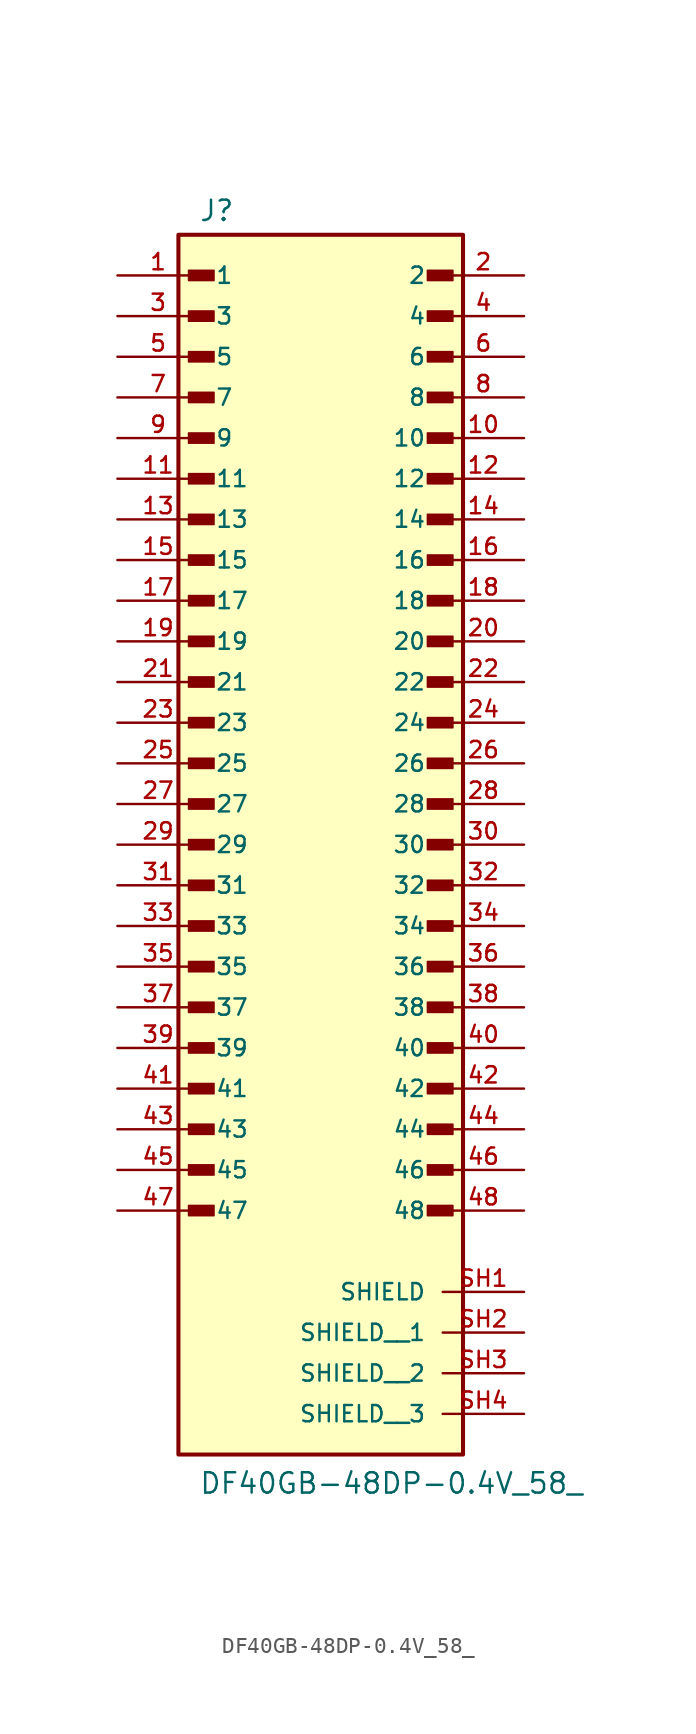
<source format=kicad_sym>
(kicad_symbol_lib
  (version 20211014)
  (generator kicad_symbol_editor)
  (symbol "DF40GB-48DP-0.4V_58_"
    (pin_names
      (offset 1.016))
    (property "Reference" "J"
      (at -7.62 36.322 0)
      (effects (font (size 1.27 1.27)) (justify bottom left)))
    (property "Value" "DF40GB-48DP-0.4V_58_"
      (at -7.62 -43.18 0)
      (effects (font (size 1.27 1.27)) (justify bottom left)))
    (symbol "DF40GB-48DP-0.4V_58__0_0"
      (rectangle (start -8.255 32.703) (end -6.668 33.337) (stroke (width 0.1)) (fill (type outline)))
      (rectangle (start -8.255 30.163) (end -6.668 30.797) (stroke (width 0.1)) (fill (type outline)))
      (rectangle (start -8.255 27.622) (end -6.668 28.258) (stroke (width 0.1)) (fill (type outline)))
      (rectangle (start -8.255 25.082) (end -6.668 25.718) (stroke (width 0.1)) (fill (type outline)))
      (rectangle (start -8.255 22.543) (end -6.668 23.177) (stroke (width 0.1)) (fill (type outline)))
      (rectangle (start -8.255 20.003) (end -6.668 20.637) (stroke (width 0.1)) (fill (type outline)))
      (rectangle (start -8.255 17.462) (end -6.668 18.098) (stroke (width 0.1)) (fill (type outline)))
      (rectangle (start -8.255 14.922) (end -6.668 15.557) (stroke (width 0.1)) (fill (type outline)))
      (rectangle (start 6.668 14.922) (end 8.255 15.557) (stroke (width 0.1)) (fill (type outline)))
      (rectangle (start 6.668 17.462) (end 8.255 18.098) (stroke (width 0.1)) (fill (type outline)))
      (rectangle (start 6.668 20.003) (end 8.255 20.637) (stroke (width 0.1)) (fill (type outline)))
      (rectangle (start 6.668 22.543) (end 8.255 23.177) (stroke (width 0.1)) (fill (type outline)))
      (rectangle (start 6.668 25.082) (end 8.255 25.718) (stroke (width 0.1)) (fill (type outline)))
      (rectangle (start 6.668 27.622) (end 8.255 28.258) (stroke (width 0.1)) (fill (type outline)))
      (rectangle (start 6.668 30.163) (end 8.255 30.797) (stroke (width 0.1)) (fill (type outline)))
      (rectangle (start 6.668 32.703) (end 8.255 33.337) (stroke (width 0.1)) (fill (type outline)))
      (rectangle (start -8.255 12.383) (end -6.668 13.018) (stroke (width 0.1)) (fill (type outline)))
      (rectangle (start -8.255 9.842) (end -6.668 10.477) (stroke (width 0.1)) (fill (type outline)))
      (rectangle (start -8.255 7.303) (end -6.668 7.938) (stroke (width 0.1)) (fill (type outline)))
      (rectangle (start -8.255 4.763) (end -6.668 5.397) (stroke (width 0.1)) (fill (type outline)))
      (rectangle (start -8.255 2.223) (end -6.668 2.857) (stroke (width 0.1)) (fill (type outline)))
      (rectangle (start -8.255 -0.318) (end -6.668 0.318) (stroke (width 0.1)) (fill (type outline)))
      (rectangle (start -8.255 -2.857) (end -6.668 -2.223) (stroke (width 0.1)) (fill (type outline)))
      (rectangle (start -8.255 -5.397) (end -6.668 -4.763) (stroke (width 0.1)) (fill (type outline)))
      (rectangle (start 6.668 -5.397) (end 8.255 -4.763) (stroke (width 0.1)) (fill (type outline)))
      (rectangle (start 6.668 -2.857) (end 8.255 -2.223) (stroke (width 0.1)) (fill (type outline)))
      (rectangle (start 6.668 -0.318) (end 8.255 0.318) (stroke (width 0.1)) (fill (type outline)))
      (rectangle (start 6.668 2.223) (end 8.255 2.857) (stroke (width 0.1)) (fill (type outline)))
      (rectangle (start 6.668 4.763) (end 8.255 5.397) (stroke (width 0.1)) (fill (type outline)))
      (rectangle (start 6.668 7.303) (end 8.255 7.938) (stroke (width 0.1)) (fill (type outline)))
      (rectangle (start 6.668 9.842) (end 8.255 10.477) (stroke (width 0.1)) (fill (type outline)))
      (rectangle (start 6.668 12.383) (end 8.255 13.018) (stroke (width 0.1)) (fill (type outline)))
      (rectangle (start -8.255 -7.938) (end -6.668 -7.303) (stroke (width 0.1)) (fill (type outline)))
      (rectangle (start -8.255 -10.477) (end -6.668 -9.842) (stroke (width 0.1)) (fill (type outline)))
      (rectangle (start -8.255 -13.018) (end -6.668 -12.383) (stroke (width 0.1)) (fill (type outline)))
      (rectangle (start -8.255 -15.557) (end -6.668 -14.922) (stroke (width 0.1)) (fill (type outline)))
      (rectangle (start -8.255 -18.098) (end -6.668 -17.462) (stroke (width 0.1)) (fill (type outline)))
      (rectangle (start -8.255 -20.637) (end -6.668 -20.003) (stroke (width 0.1)) (fill (type outline)))
      (rectangle (start -8.255 -23.177) (end -6.668 -22.543) (stroke (width 0.1)) (fill (type outline)))
      (rectangle (start -8.255 -25.718) (end -6.668 -25.082) (stroke (width 0.1)) (fill (type outline)))
      (rectangle (start 6.668 -25.718) (end 8.255 -25.082) (stroke (width 0.1)) (fill (type outline)))
      (rectangle (start 6.668 -23.177) (end 8.255 -22.543) (stroke (width 0.1)) (fill (type outline)))
      (rectangle (start 6.668 -20.637) (end 8.255 -20.003) (stroke (width 0.1)) (fill (type outline)))
      (rectangle (start 6.668 -18.098) (end 8.255 -17.462) (stroke (width 0.1)) (fill (type outline)))
      (rectangle (start 6.668 -15.557) (end 8.255 -14.922) (stroke (width 0.1)) (fill (type outline)))
      (rectangle (start 6.668 -13.018) (end 8.255 -12.383) (stroke (width 0.1)) (fill (type outline)))
      (rectangle (start 6.668 -10.477) (end 8.255 -9.842) (stroke (width 0.1)) (fill (type outline)))
      (rectangle (start 6.668 -7.938) (end 8.255 -7.303) (stroke (width 0.1)) (fill (type outline)))
      (rectangle (start -8.89 -40.64) (end 8.89 35.56) (stroke (width 0.254)) (fill (type background)))
      (pin passive line (at -12.7 33.02 0) (length 5.08) (name "1" (effects (font (size 1.016 1.016)))) (number "1" (effects (font (size 1.016 1.016)))))
      (pin passive line (at 12.7 33.02 180.0) (length 5.08) (name "2" (effects (font (size 1.016 1.016)))) (number "2" (effects (font (size 1.016 1.016)))))
      (pin passive line (at -12.7 30.48 0) (length 5.08) (name "3" (effects (font (size 1.016 1.016)))) (number "3" (effects (font (size 1.016 1.016)))))
      (pin passive line (at 12.7 30.48 180.0) (length 5.08) (name "4" (effects (font (size 1.016 1.016)))) (number "4" (effects (font (size 1.016 1.016)))))
      (pin passive line (at -12.7 27.94 0) (length 5.08) (name "5" (effects (font (size 1.016 1.016)))) (number "5" (effects (font (size 1.016 1.016)))))
      (pin passive line (at 12.7 27.94 180.0) (length 5.08) (name "6" (effects (font (size 1.016 1.016)))) (number "6" (effects (font (size 1.016 1.016)))))
      (pin passive line (at -12.7 25.4 0) (length 5.08) (name "7" (effects (font (size 1.016 1.016)))) (number "7" (effects (font (size 1.016 1.016)))))
      (pin passive line (at 12.7 25.4 180.0) (length 5.08) (name "8" (effects (font (size 1.016 1.016)))) (number "8" (effects (font (size 1.016 1.016)))))
      (pin passive line (at -12.7 22.86 0) (length 5.08) (name "9" (effects (font (size 1.016 1.016)))) (number "9" (effects (font (size 1.016 1.016)))))
      (pin passive line (at 12.7 22.86 180.0) (length 5.08) (name "10" (effects (font (size 1.016 1.016)))) (number "10" (effects (font (size 1.016 1.016)))))
      (pin passive line (at -12.7 20.32 0) (length 5.08) (name "11" (effects (font (size 1.016 1.016)))) (number "11" (effects (font (size 1.016 1.016)))))
      (pin passive line (at 12.7 20.32 180.0) (length 5.08) (name "12" (effects (font (size 1.016 1.016)))) (number "12" (effects (font (size 1.016 1.016)))))
      (pin passive line (at -12.7 17.78 0) (length 5.08) (name "13" (effects (font (size 1.016 1.016)))) (number "13" (effects (font (size 1.016 1.016)))))
      (pin passive line (at 12.7 17.78 180.0) (length 5.08) (name "14" (effects (font (size 1.016 1.016)))) (number "14" (effects (font (size 1.016 1.016)))))
      (pin passive line (at -12.7 15.24 0) (length 5.08) (name "15" (effects (font (size 1.016 1.016)))) (number "15" (effects (font (size 1.016 1.016)))))
      (pin passive line (at 12.7 15.24 180.0) (length 5.08) (name "16" (effects (font (size 1.016 1.016)))) (number "16" (effects (font (size 1.016 1.016)))))
      (pin passive line (at -12.7 12.7 0) (length 5.08) (name "17" (effects (font (size 1.016 1.016)))) (number "17" (effects (font (size 1.016 1.016)))))
      (pin passive line (at 12.7 12.7 180.0) (length 5.08) (name "18" (effects (font (size 1.016 1.016)))) (number "18" (effects (font (size 1.016 1.016)))))
      (pin passive line (at -12.7 10.16 0) (length 5.08) (name "19" (effects (font (size 1.016 1.016)))) (number "19" (effects (font (size 1.016 1.016)))))
      (pin passive line (at 12.7 10.16 180.0) (length 5.08) (name "20" (effects (font (size 1.016 1.016)))) (number "20" (effects (font (size 1.016 1.016)))))
      (pin passive line (at -12.7 7.62 0) (length 5.08) (name "21" (effects (font (size 1.016 1.016)))) (number "21" (effects (font (size 1.016 1.016)))))
      (pin passive line (at 12.7 7.62 180.0) (length 5.08) (name "22" (effects (font (size 1.016 1.016)))) (number "22" (effects (font (size 1.016 1.016)))))
      (pin passive line (at -12.7 5.08 0) (length 5.08) (name "23" (effects (font (size 1.016 1.016)))) (number "23" (effects (font (size 1.016 1.016)))))
      (pin passive line (at 12.7 5.08 180.0) (length 5.08) (name "24" (effects (font (size 1.016 1.016)))) (number "24" (effects (font (size 1.016 1.016)))))
      (pin passive line (at -12.7 2.54 0) (length 5.08) (name "25" (effects (font (size 1.016 1.016)))) (number "25" (effects (font (size 1.016 1.016)))))
      (pin passive line (at 12.7 2.54 180.0) (length 5.08) (name "26" (effects (font (size 1.016 1.016)))) (number "26" (effects (font (size 1.016 1.016)))))
      (pin passive line (at -12.7 0.0 0) (length 5.08) (name "27" (effects (font (size 1.016 1.016)))) (number "27" (effects (font (size 1.016 1.016)))))
      (pin passive line (at 12.7 0.0 180.0) (length 5.08) (name "28" (effects (font (size 1.016 1.016)))) (number "28" (effects (font (size 1.016 1.016)))))
      (pin passive line (at -12.7 -2.54 0) (length 5.08) (name "29" (effects (font (size 1.016 1.016)))) (number "29" (effects (font (size 1.016 1.016)))))
      (pin passive line (at 12.7 -2.54 180.0) (length 5.08) (name "30" (effects (font (size 1.016 1.016)))) (number "30" (effects (font (size 1.016 1.016)))))
      (pin passive line (at -12.7 -5.08 0) (length 5.08) (name "31" (effects (font (size 1.016 1.016)))) (number "31" (effects (font (size 1.016 1.016)))))
      (pin passive line (at 12.7 -5.08 180.0) (length 5.08) (name "32" (effects (font (size 1.016 1.016)))) (number "32" (effects (font (size 1.016 1.016)))))
      (pin passive line (at -12.7 -7.62 0) (length 5.08) (name "33" (effects (font (size 1.016 1.016)))) (number "33" (effects (font (size 1.016 1.016)))))
      (pin passive line (at 12.7 -7.62 180.0) (length 5.08) (name "34" (effects (font (size 1.016 1.016)))) (number "34" (effects (font (size 1.016 1.016)))))
      (pin passive line (at -12.7 -10.16 0) (length 5.08) (name "35" (effects (font (size 1.016 1.016)))) (number "35" (effects (font (size 1.016 1.016)))))
      (pin passive line (at 12.7 -10.16 180.0) (length 5.08) (name "36" (effects (font (size 1.016 1.016)))) (number "36" (effects (font (size 1.016 1.016)))))
      (pin passive line (at -12.7 -12.7 0) (length 5.08) (name "37" (effects (font (size 1.016 1.016)))) (number "37" (effects (font (size 1.016 1.016)))))
      (pin passive line (at 12.7 -12.7 180.0) (length 5.08) (name "38" (effects (font (size 1.016 1.016)))) (number "38" (effects (font (size 1.016 1.016)))))
      (pin passive line (at -12.7 -15.24 0) (length 5.08) (name "39" (effects (font (size 1.016 1.016)))) (number "39" (effects (font (size 1.016 1.016)))))
      (pin passive line (at 12.7 -15.24 180.0) (length 5.08) (name "40" (effects (font (size 1.016 1.016)))) (number "40" (effects (font (size 1.016 1.016)))))
      (pin passive line (at 12.7 -30.48 180.0) (length 5.08) (name "SHIELD" (effects (font (size 1.016 1.016)))) (number "SH1" (effects (font (size 1.016 1.016)))))
      (pin passive line (at -12.7 -17.78 0) (length 5.08) (name "41" (effects (font (size 1.016 1.016)))) (number "41" (effects (font (size 1.016 1.016)))))
      (pin passive line (at 12.7 -17.78 180.0) (length 5.08) (name "42" (effects (font (size 1.016 1.016)))) (number "42" (effects (font (size 1.016 1.016)))))
      (pin passive line (at -12.7 -20.32 0) (length 5.08) (name "43" (effects (font (size 1.016 1.016)))) (number "43" (effects (font (size 1.016 1.016)))))
      (pin passive line (at 12.7 -20.32 180.0) (length 5.08) (name "44" (effects (font (size 1.016 1.016)))) (number "44" (effects (font (size 1.016 1.016)))))
      (pin passive line (at -12.7 -22.86 0) (length 5.08) (name "45" (effects (font (size 1.016 1.016)))) (number "45" (effects (font (size 1.016 1.016)))))
      (pin passive line (at 12.7 -22.86 180.0) (length 5.08) (name "46" (effects (font (size 1.016 1.016)))) (number "46" (effects (font (size 1.016 1.016)))))
      (pin passive line (at -12.7 -25.4 0) (length 5.08) (name "47" (effects (font (size 1.016 1.016)))) (number "47" (effects (font (size 1.016 1.016)))))
      (pin passive line (at 12.7 -25.4 180.0) (length 5.08) (name "48" (effects (font (size 1.016 1.016)))) (number "48" (effects (font (size 1.016 1.016)))))
      (pin passive line (at 12.7 -33.02 180.0) (length 5.08) (name "SHIELD__1" (effects (font (size 1.016 1.016)))) (number "SH2" (effects (font (size 1.016 1.016)))))
      (pin passive line (at 12.7 -35.56 180.0) (length 5.08) (name "SHIELD__2" (effects (font (size 1.016 1.016)))) (number "SH3" (effects (font (size 1.016 1.016)))))
      (pin passive line (at 12.7 -38.1 180.0) (length 5.08) (name "SHIELD__3" (effects (font (size 1.016 1.016)))) (number "SH4" (effects (font (size 1.016 1.016))))))))
</source>
